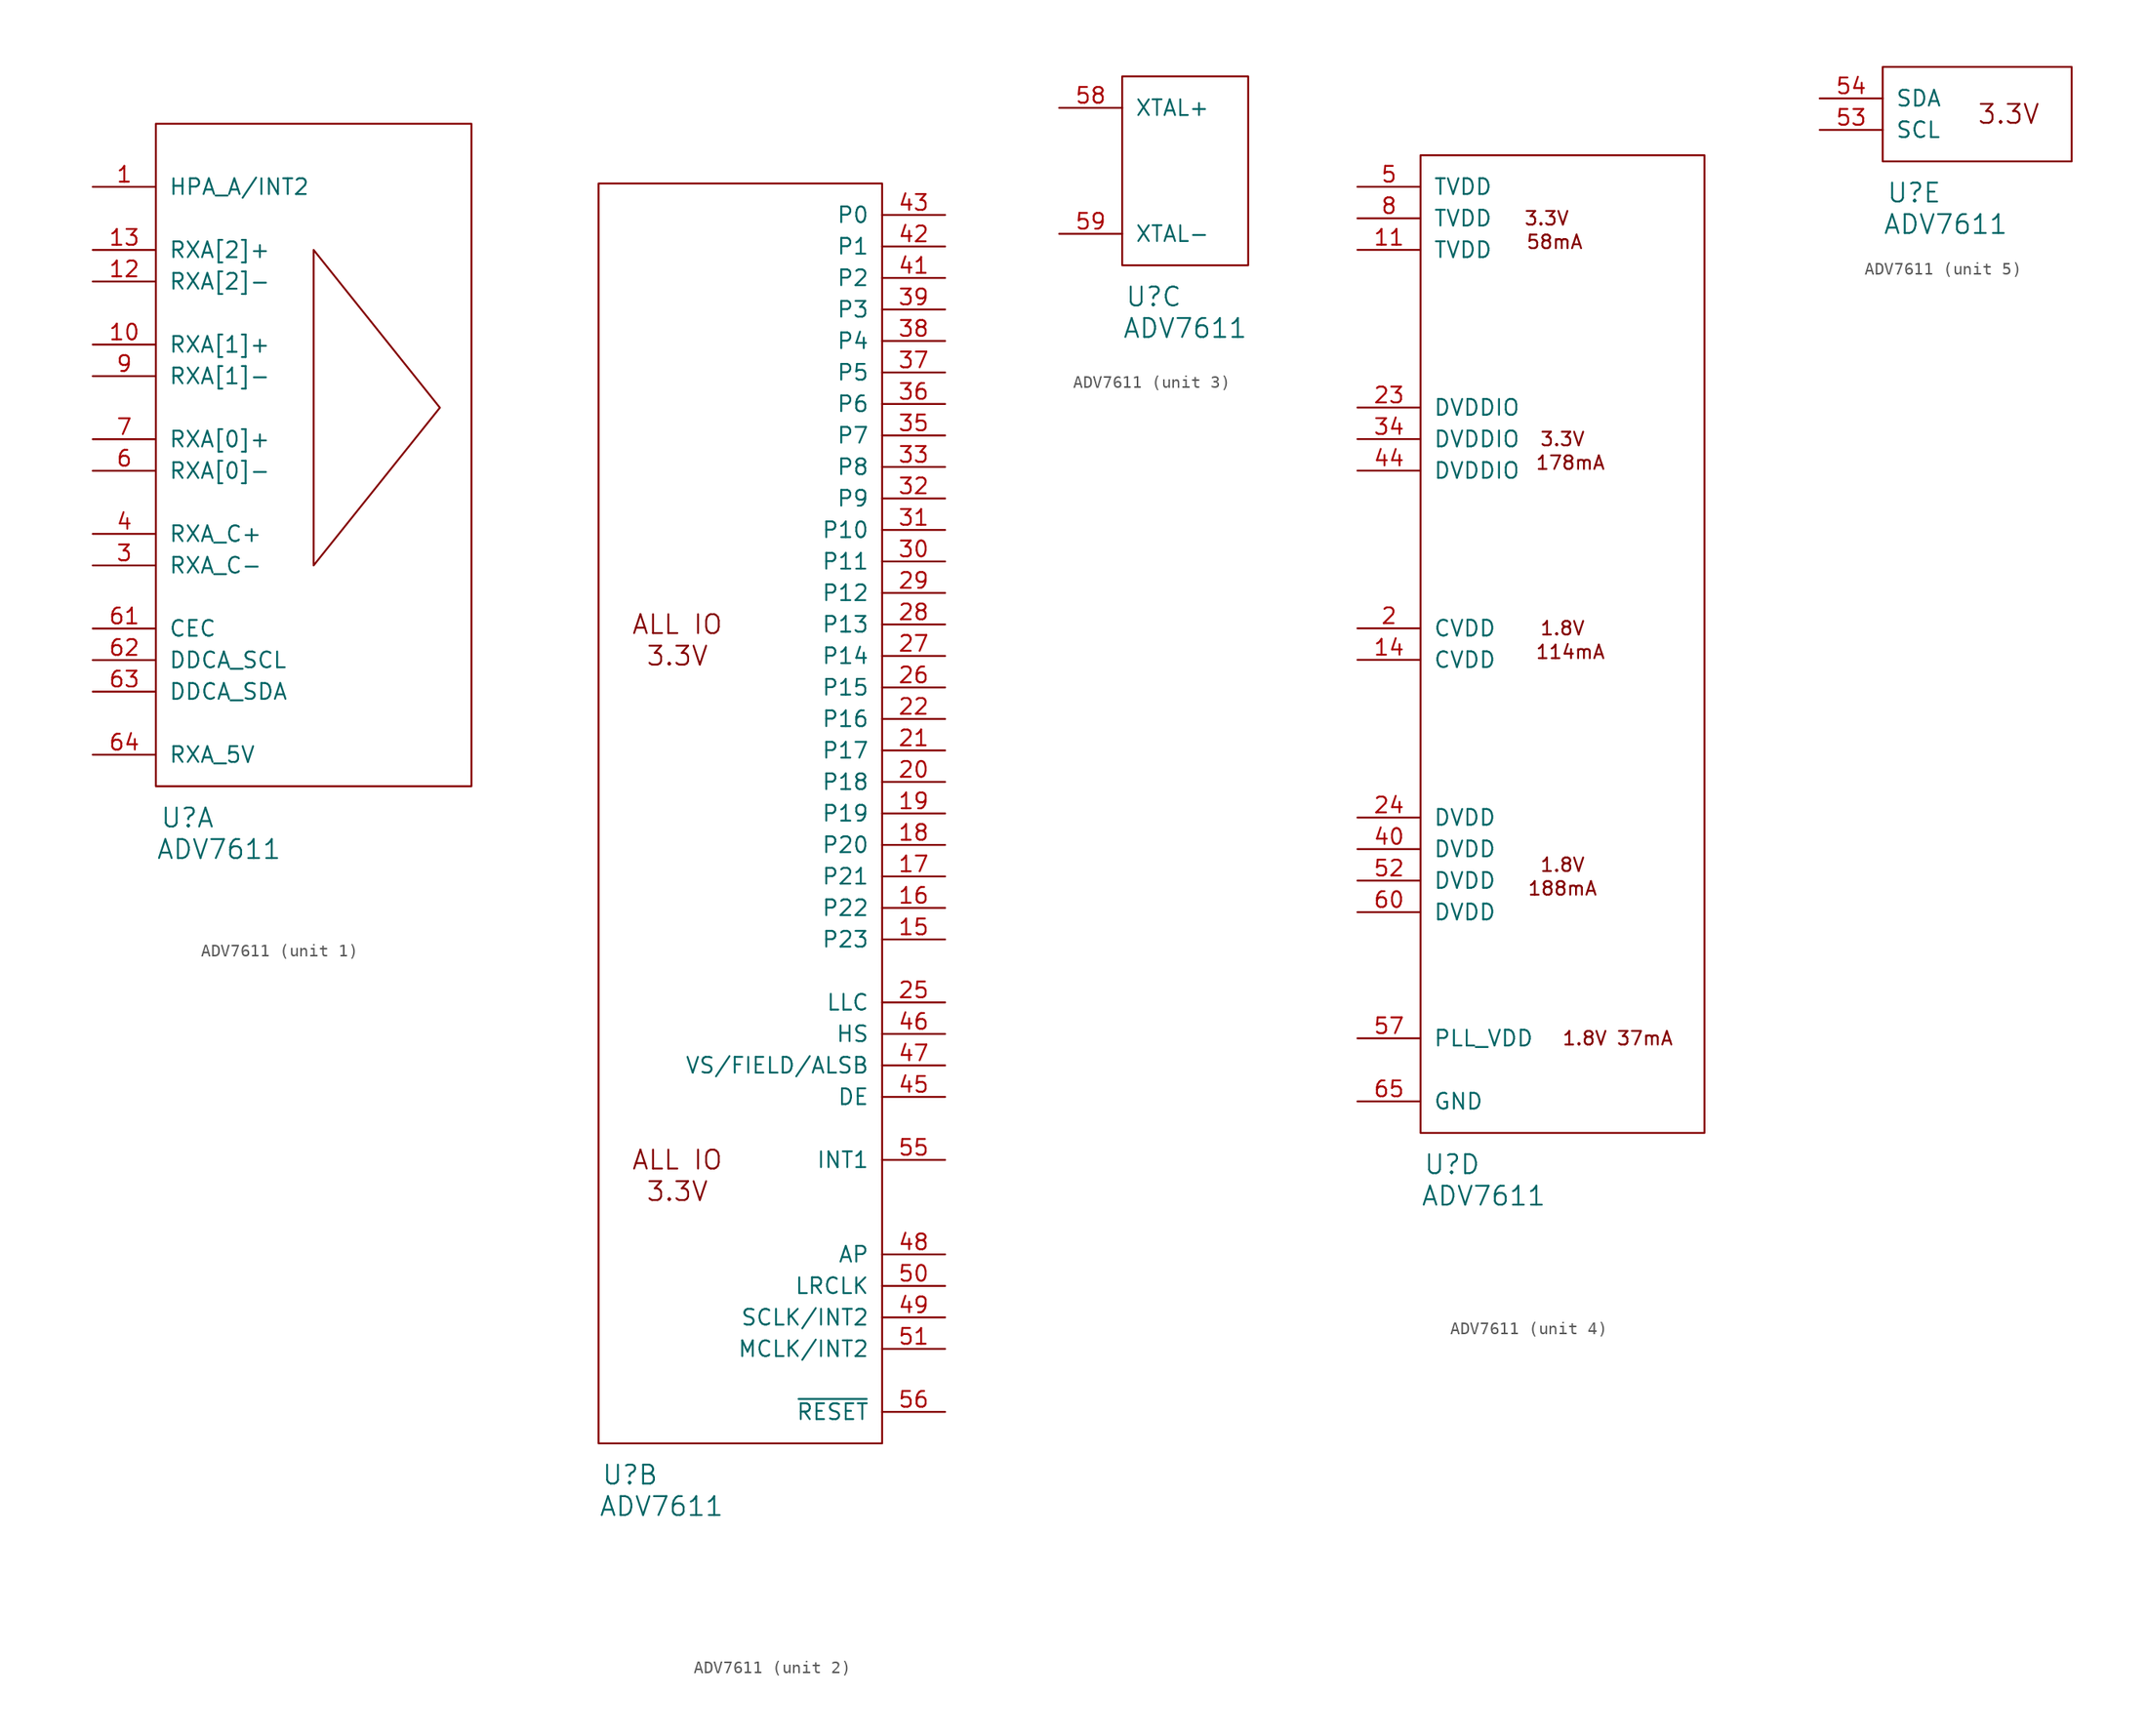
<source format=kicad_sym>
(kicad_symbol_lib
  (version 20220914)
  (generator kicad_symbol_editor)
  (symbol "ADV7611"
    (pin_names
      (offset 1.016))
    (property "Reference" "U"
      (at 2.54 -2.54 0)
      (effects (font (size 1.524 1.524))))
    (property "Value" "ADV7611"
      (at 5.08 -5.08 0)
      (effects (font (size 1.524 1.524))))
    (property "Footprint" ""
      (at 0 0 0)
      (effects (font (size 1.524 1.524))))
    (property "Datasheet" ""
      (at 0 0 0)
      (effects (font (size 1.524 1.524))))
    (property "ki_locked" ""
      (at 0 0 0)
      (effects (font (size 1.27 1.27))))
    (symbol "ADV7611_1_1"
      (polyline (pts (xy 12.7 43.18) (xy 12.7 17.78) (xy 22.86 30.48) (xy 12.7 43.18)) (stroke (width 0) (type solid)) (fill (type none)))
      (rectangle (start 0 0) (end 25.4 53.34) (stroke (width 0) (type solid)) (fill (type none)))
      (pin input line (at -5.08 48.26 0) (length 5.08) (name "HPA_A/INT2" (effects (font (size 1.27 1.27)))) (number "1" (effects (font (size 1.27 1.27)))))
      (pin input line (at -5.08 35.56 0) (length 5.08) (name "RXA[1]+" (effects (font (size 1.27 1.27)))) (number "10" (effects (font (size 1.27 1.27)))))
      (pin input line (at -5.08 40.64 0) (length 5.08) (name "RXA[2]-" (effects (font (size 1.27 1.27)))) (number "12" (effects (font (size 1.27 1.27)))))
      (pin input line (at -5.08 43.18 0) (length 5.08) (name "RXA[2]+" (effects (font (size 1.27 1.27)))) (number "13" (effects (font (size 1.27 1.27)))))
      (pin input line (at -5.08 17.78 0) (length 5.08) (name "RXA_C-" (effects (font (size 1.27 1.27)))) (number "3" (effects (font (size 1.27 1.27)))))
      (pin input line (at -5.08 20.32 0) (length 5.08) (name "RXA_C+" (effects (font (size 1.27 1.27)))) (number "4" (effects (font (size 1.27 1.27)))))
      (pin input line (at -5.08 25.4 0) (length 5.08) (name "RXA[0]-" (effects (font (size 1.27 1.27)))) (number "6" (effects (font (size 1.27 1.27)))))
      (pin input line (at -5.08 12.7 0) (length 5.08) (name "CEC" (effects (font (size 1.27 1.27)))) (number "61" (effects (font (size 1.27 1.27)))))
      (pin input line (at -5.08 10.16 0) (length 5.08) (name "DDCA_SCL" (effects (font (size 1.27 1.27)))) (number "62" (effects (font (size 1.27 1.27)))))
      (pin bidirectional line (at -5.08 7.62 0) (length 5.08) (name "DDCA_SDA" (effects (font (size 1.27 1.27)))) (number "63" (effects (font (size 1.27 1.27)))))
      (pin input line (at -5.08 2.54 0) (length 5.08) (name "RXA_5V" (effects (font (size 1.27 1.27)))) (number "64" (effects (font (size 1.27 1.27)))))
      (pin input line (at -5.08 27.94 0) (length 5.08) (name "RXA[0]+" (effects (font (size 1.27 1.27)))) (number "7" (effects (font (size 1.27 1.27)))))
      (pin input line (at -5.08 33.02 0) (length 5.08) (name "RXA[1]-" (effects (font (size 1.27 1.27)))) (number "9" (effects (font (size 1.27 1.27))))))
    (symbol "ADV7611_2_0"
      (text "3.3V" (at 6.35 20.32 0) (effects (font (size 1.524 1.524))))
      (text "3.3V" (at 6.35 63.5 0) (effects (font (size 1.524 1.524))))
      (text "ALL IO" (at 6.35 22.86 0) (effects (font (size 1.524 1.524))))
      (text "ALL IO" (at 6.35 66.04 0) (effects (font (size 1.524 1.524)))))
    (symbol "ADV7611_2_1"
      (rectangle (start 0 0) (end 22.86 101.6) (stroke (width 0) (type solid)) (fill (type none)))
      (pin output line (at 27.94 40.64 180) (length 5.08) (name "P23" (effects (font (size 1.27 1.27)))) (number "15" (effects (font (size 1.27 1.27)))))
      (pin output line (at 27.94 43.18 180) (length 5.08) (name "P22" (effects (font (size 1.27 1.27)))) (number "16" (effects (font (size 1.27 1.27)))))
      (pin output line (at 27.94 45.72 180) (length 5.08) (name "P21" (effects (font (size 1.27 1.27)))) (number "17" (effects (font (size 1.27 1.27)))))
      (pin output line (at 27.94 48.26 180) (length 5.08) (name "P20" (effects (font (size 1.27 1.27)))) (number "18" (effects (font (size 1.27 1.27)))))
      (pin output line (at 27.94 50.8 180) (length 5.08) (name "P19" (effects (font (size 1.27 1.27)))) (number "19" (effects (font (size 1.27 1.27)))))
      (pin output line (at 27.94 53.34 180) (length 5.08) (name "P18" (effects (font (size 1.27 1.27)))) (number "20" (effects (font (size 1.27 1.27)))))
      (pin output line (at 27.94 55.88 180) (length 5.08) (name "P17" (effects (font (size 1.27 1.27)))) (number "21" (effects (font (size 1.27 1.27)))))
      (pin output line (at 27.94 58.42 180) (length 5.08) (name "P16" (effects (font (size 1.27 1.27)))) (number "22" (effects (font (size 1.27 1.27)))))
      (pin output line (at 27.94 35.56 180) (length 5.08) (name "LLC" (effects (font (size 1.27 1.27)))) (number "25" (effects (font (size 1.27 1.27)))))
      (pin output line (at 27.94 60.96 180) (length 5.08) (name "P15" (effects (font (size 1.27 1.27)))) (number "26" (effects (font (size 1.27 1.27)))))
      (pin output line (at 27.94 63.5 180) (length 5.08) (name "P14" (effects (font (size 1.27 1.27)))) (number "27" (effects (font (size 1.27 1.27)))))
      (pin output line (at 27.94 66.04 180) (length 5.08) (name "P13" (effects (font (size 1.27 1.27)))) (number "28" (effects (font (size 1.27 1.27)))))
      (pin output line (at 27.94 68.58 180) (length 5.08) (name "P12" (effects (font (size 1.27 1.27)))) (number "29" (effects (font (size 1.27 1.27)))))
      (pin output line (at 27.94 71.12 180) (length 5.08) (name "P11" (effects (font (size 1.27 1.27)))) (number "30" (effects (font (size 1.27 1.27)))))
      (pin output line (at 27.94 73.66 180) (length 5.08) (name "P10" (effects (font (size 1.27 1.27)))) (number "31" (effects (font (size 1.27 1.27)))))
      (pin output line (at 27.94 76.2 180) (length 5.08) (name "P9" (effects (font (size 1.27 1.27)))) (number "32" (effects (font (size 1.27 1.27)))))
      (pin output line (at 27.94 78.74 180) (length 5.08) (name "P8" (effects (font (size 1.27 1.27)))) (number "33" (effects (font (size 1.27 1.27)))))
      (pin output line (at 27.94 81.28 180) (length 5.08) (name "P7" (effects (font (size 1.27 1.27)))) (number "35" (effects (font (size 1.27 1.27)))))
      (pin output line (at 27.94 83.82 180) (length 5.08) (name "P6" (effects (font (size 1.27 1.27)))) (number "36" (effects (font (size 1.27 1.27)))))
      (pin output line (at 27.94 86.36 180) (length 5.08) (name "P5" (effects (font (size 1.27 1.27)))) (number "37" (effects (font (size 1.27 1.27)))))
      (pin output line (at 27.94 88.9 180) (length 5.08) (name "P4" (effects (font (size 1.27 1.27)))) (number "38" (effects (font (size 1.27 1.27)))))
      (pin output line (at 27.94 91.44 180) (length 5.08) (name "P3" (effects (font (size 1.27 1.27)))) (number "39" (effects (font (size 1.27 1.27)))))
      (pin output line (at 27.94 93.98 180) (length 5.08) (name "P2" (effects (font (size 1.27 1.27)))) (number "41" (effects (font (size 1.27 1.27)))))
      (pin output line (at 27.94 96.52 180) (length 5.08) (name "P1" (effects (font (size 1.27 1.27)))) (number "42" (effects (font (size 1.27 1.27)))))
      (pin output line (at 27.94 99.06 180) (length 5.08) (name "P0" (effects (font (size 1.27 1.27)))) (number "43" (effects (font (size 1.27 1.27)))))
      (pin output line (at 27.94 27.94 180) (length 5.08) (name "DE" (effects (font (size 1.27 1.27)))) (number "45" (effects (font (size 1.27 1.27)))))
      (pin output line (at 27.94 33.02 180) (length 5.08) (name "HS" (effects (font (size 1.27 1.27)))) (number "46" (effects (font (size 1.27 1.27)))))
      (pin output line (at 27.94 30.48 180) (length 5.08) (name "VS/FIELD/ALSB" (effects (font (size 1.27 1.27)))) (number "47" (effects (font (size 1.27 1.27)))))
      (pin output line (at 27.94 15.24 180) (length 5.08) (name "AP" (effects (font (size 1.27 1.27)))) (number "48" (effects (font (size 1.27 1.27)))))
      (pin output line (at 27.94 10.16 180) (length 5.08) (name "SCLK/INT2" (effects (font (size 1.27 1.27)))) (number "49" (effects (font (size 1.27 1.27)))))
      (pin output line (at 27.94 12.7 180) (length 5.08) (name "LRCLK" (effects (font (size 1.27 1.27)))) (number "50" (effects (font (size 1.27 1.27)))))
      (pin output line (at 27.94 7.62 180) (length 5.08) (name "MCLK/INT2" (effects (font (size 1.27 1.27)))) (number "51" (effects (font (size 1.27 1.27)))))
      (pin output line (at 27.94 22.86 180) (length 5.08) (name "INT1" (effects (font (size 1.27 1.27)))) (number "55" (effects (font (size 1.27 1.27)))))
      (pin input line (at 27.94 2.54 180) (length 5.08) (name "~{RESET}" (effects (font (size 1.27 1.27)))) (number "56" (effects (font (size 1.27 1.27))))))
    (symbol "ADV7611_3_1"
      (rectangle (start 0 0) (end 10.16 15.24) (stroke (width 0) (type solid)) (fill (type none)))
      (pin input line (at -5.08 12.7 0) (length 5.08) (name "XTAL+" (effects (font (size 1.27 1.27)))) (number "58" (effects (font (size 1.27 1.27)))))
      (pin output line (at -5.08 2.54 0) (length 5.08) (name "XTAL-" (effects (font (size 1.27 1.27)))) (number "59" (effects (font (size 1.27 1.27))))))
    (symbol "ADV7611_4_0"
      (text "1.8V" (at 11.43 21.59 0) (effects (font (size 1.092 1.092))))
      (text "1.8V" (at 11.43 40.64 0) (effects (font (size 1.092 1.092))))
      (text "1.8V 37mA" (at 15.875 7.62 0) (effects (font (size 1.092 1.092))))
      (text "114mA" (at 12.065 38.735 0) (effects (font (size 1.092 1.092))))
      (text "178mA" (at 12.065 53.975 0) (effects (font (size 1.092 1.092))))
      (text "188mA" (at 11.43 19.685 0) (effects (font (size 1.092 1.092))))
      (text "3.3V" (at 10.16 73.66 0) (effects (font (size 1.092 1.092))))
      (text "3.3V" (at 11.43 55.88 0) (effects (font (size 1.092 1.092))))
      (text "58mA" (at 10.795 71.755 0) (effects (font (size 1.092 1.092)))))
    (symbol "ADV7611_4_1"
      (rectangle (start 0 0) (end 22.86 78.74) (stroke (width 0) (type solid)) (fill (type none)))
      (pin power_in line (at -5.08 71.12 0) (length 5.08) (name "TVDD" (effects (font (size 1.27 1.27)))) (number "11" (effects (font (size 1.27 1.27)))))
      (pin power_in line (at -5.08 38.1 0) (length 5.08) (name "CVDD" (effects (font (size 1.27 1.27)))) (number "14" (effects (font (size 1.27 1.27)))))
      (pin power_in line (at -5.08 40.64 0) (length 5.08) (name "CVDD" (effects (font (size 1.27 1.27)))) (number "2" (effects (font (size 1.27 1.27)))))
      (pin power_in line (at -5.08 58.42 0) (length 5.08) (name "DVDDIO" (effects (font (size 1.27 1.27)))) (number "23" (effects (font (size 1.27 1.27)))))
      (pin power_in line (at -5.08 25.4 0) (length 5.08) (name "DVDD" (effects (font (size 1.27 1.27)))) (number "24" (effects (font (size 1.27 1.27)))))
      (pin power_in line (at -5.08 55.88 0) (length 5.08) (name "DVDDIO" (effects (font (size 1.27 1.27)))) (number "34" (effects (font (size 1.27 1.27)))))
      (pin power_in line (at -5.08 22.86 0) (length 5.08) (name "DVDD" (effects (font (size 1.27 1.27)))) (number "40" (effects (font (size 1.27 1.27)))))
      (pin power_in line (at -5.08 53.34 0) (length 5.08) (name "DVDDIO" (effects (font (size 1.27 1.27)))) (number "44" (effects (font (size 1.27 1.27)))))
      (pin power_in line (at -5.08 76.2 0) (length 5.08) (name "TVDD" (effects (font (size 1.27 1.27)))) (number "5" (effects (font (size 1.27 1.27)))))
      (pin power_in line (at -5.08 20.32 0) (length 5.08) (name "DVDD" (effects (font (size 1.27 1.27)))) (number "52" (effects (font (size 1.27 1.27)))))
      (pin power_in line (at -5.08 7.62 0) (length 5.08) (name "PLL_VDD" (effects (font (size 1.27 1.27)))) (number "57" (effects (font (size 1.27 1.27)))))
      (pin power_in line (at -5.08 17.78 0) (length 5.08) (name "DVDD" (effects (font (size 1.27 1.27)))) (number "60" (effects (font (size 1.27 1.27)))))
      (pin power_in line (at -5.08 2.54 0) (length 5.08) (name "GND" (effects (font (size 1.27 1.27)))) (number "65" (effects (font (size 1.27 1.27)))))
      (pin power_in line (at -5.08 73.66 0) (length 5.08) (name "TVDD" (effects (font (size 1.27 1.27)))) (number "8" (effects (font (size 1.27 1.27))))))
    (symbol "ADV7611_5_0"
      (text "3.3V" (at 10.16 3.81 0) (effects (font (size 1.524 1.524)))))
    (symbol "ADV7611_5_1"
      (rectangle (start 0 0) (end 15.24 7.62) (stroke (width 0) (type solid)) (fill (type none)))
      (pin input line (at -5.08 2.54 0) (length 5.08) (name "SCL" (effects (font (size 1.27 1.27)))) (number "53" (effects (font (size 1.27 1.27)))))
      (pin bidirectional line (at -5.08 5.08 0) (length 5.08) (name "SDA" (effects (font (size 1.27 1.27)))) (number "54" (effects (font (size 1.27 1.27))))))))
</source>
